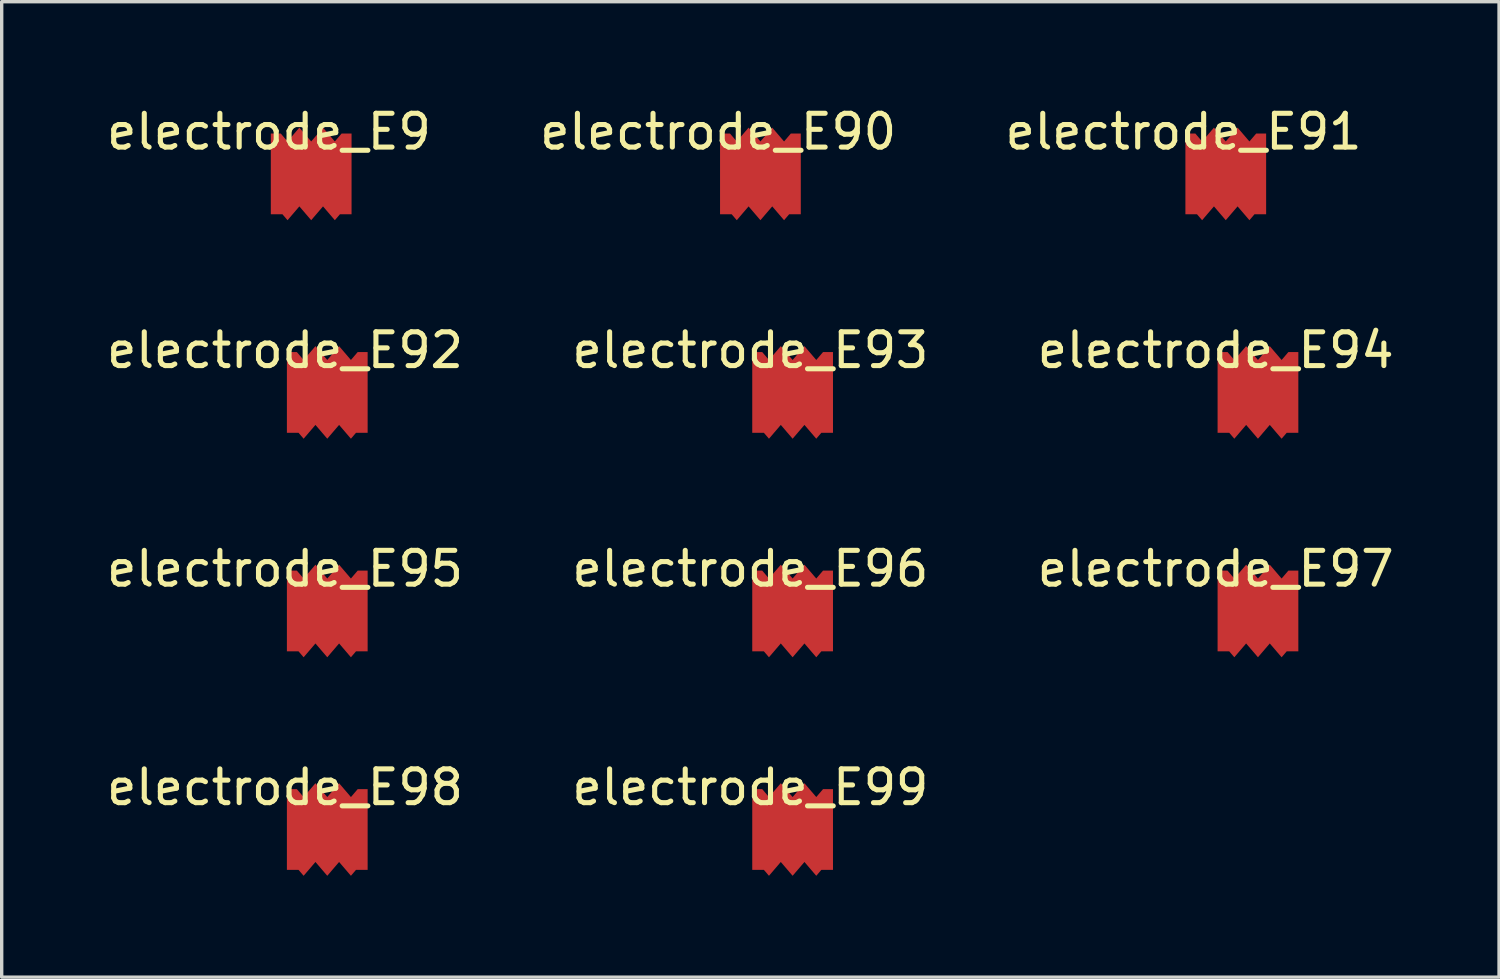
<source format=kicad_pcb>
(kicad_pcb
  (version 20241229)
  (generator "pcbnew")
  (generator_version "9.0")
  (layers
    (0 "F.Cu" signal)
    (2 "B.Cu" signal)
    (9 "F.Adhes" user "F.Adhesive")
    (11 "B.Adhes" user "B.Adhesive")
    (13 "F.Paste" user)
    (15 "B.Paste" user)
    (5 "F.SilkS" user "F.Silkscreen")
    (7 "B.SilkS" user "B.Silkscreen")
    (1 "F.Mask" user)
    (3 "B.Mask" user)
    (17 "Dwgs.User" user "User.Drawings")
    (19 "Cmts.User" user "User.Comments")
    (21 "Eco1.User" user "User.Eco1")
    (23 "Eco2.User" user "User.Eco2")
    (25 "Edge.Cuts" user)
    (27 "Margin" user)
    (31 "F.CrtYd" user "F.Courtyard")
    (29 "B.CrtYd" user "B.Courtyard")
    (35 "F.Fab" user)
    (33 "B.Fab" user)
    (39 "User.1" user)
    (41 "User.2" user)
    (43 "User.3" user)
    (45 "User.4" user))
  (footprint "electrode_E90"
    (layer "F.Cu")
    (at 18.208 0.848)
    (property "Reference" "electrode_E90" (at 0 0 0) (layer "F.SilkS") (effects (font (size 1 1) (thickness 0.15))))
    (attr through_hole)
    (pad "1" smd custom (at 1.25 1.25) (size 0.5 0.5) (layers "F.Cu" "F.Mask" "F.Paste") (options (anchor circle)) (primitives (gr_poly (pts (xy 0.7 -0.961) (xy 0.9 -1.195) (xy 1.195 -1.195) (xy 1.195 1.195) (xy 0.85 1.195) (xy 0.7 1.37) (xy 0.35 0.961) (xy 0 1.37) (xy -0.35 0.961) (xy -0.7 1.37) (xy -0.85 1.195) (xy -1.195 1.195) (xy -1.195 -1.195) (xy -0.9 -1.195) (xy -0.7 -0.961) (xy -0.35 -1.37) (xy 0 -0.961) (xy 0.35 -1.37)) (width 0.0001) (fill yes)))))
  (footprint "electrode_E91"
    (layer "F.Cu")
    (at 31.982 0.848)
    (property "Reference" "electrode_E91" (at 0 0 0) (layer "F.SilkS") (effects (font (size 1 1) (thickness 0.15))))
    (attr through_hole)
    (pad "1" smd custom (at 1.25 1.25) (size 0.5 0.5) (layers "F.Cu" "F.Mask" "F.Paste") (options (anchor circle)) (primitives (gr_poly (pts (xy 0.7 -0.961) (xy 0.9 -1.195) (xy 1.195 -1.195) (xy 1.195 1.195) (xy 0.85 1.195) (xy 0.7 1.37) (xy 0.35 0.961) (xy 0 1.37) (xy -0.35 0.961) (xy -0.7 1.37) (xy -0.85 1.195) (xy -1.195 1.195) (xy -1.195 -1.195) (xy -0.9 -1.195) (xy -0.7 -0.961) (xy -0.35 -1.37) (xy 0 -0.961) (xy 0.35 -1.37)) (width 0.0001) (fill yes)))))
  (footprint "electrode_E99"
    (layer "F.Cu")
    (at 19.161 20.253)
    (property "Reference" "electrode_E99" (at 0 0 0) (layer "F.SilkS") (effects (font (size 1 1) (thickness 0.15))))
    (attr through_hole)
    (pad "1" smd custom (at 1.25 1.25) (size 0.5 0.5) (layers "F.Cu" "F.Mask" "F.Paste") (options (anchor circle)) (primitives (gr_poly (pts (xy 0.7 -0.961) (xy 0.9 -1.195) (xy 1.195 -1.195) (xy 1.195 1.195) (xy 0.85 1.195) (xy 0.7 1.37) (xy 0.35 0.961) (xy 0 1.37) (xy -0.35 0.961) (xy -0.7 1.37) (xy -0.85 1.195) (xy -1.195 1.195) (xy -1.195 -1.195) (xy -0.9 -1.195) (xy -0.7 -0.961) (xy -0.35 -1.37) (xy 0 -0.961) (xy 0.35 -1.37)) (width 0.0001) (fill yes)))))
  (footprint "electrode_E92"
    (layer "F.Cu")
    (at 5.387 7.316)
    (property "Reference" "electrode_E92" (at 0 0 0) (layer "F.SilkS") (effects (font (size 1 1) (thickness 0.15))))
    (attr through_hole)
    (pad "1" smd custom (at 1.25 1.25) (size 0.5 0.5) (layers "F.Cu" "F.Mask" "F.Paste") (options (anchor circle)) (primitives (gr_poly (pts (xy 0.7 -0.961) (xy 0.9 -1.195) (xy 1.195 -1.195) (xy 1.195 1.195) (xy 0.85 1.195) (xy 0.7 1.37) (xy 0.35 0.961) (xy 0 1.37) (xy -0.35 0.961) (xy -0.7 1.37) (xy -0.85 1.195) (xy -1.195 1.195) (xy -1.195 -1.195) (xy -0.9 -1.195) (xy -0.7 -0.961) (xy -0.35 -1.37) (xy 0 -0.961) (xy 0.35 -1.37)) (width 0.0001) (fill yes)))))
  (footprint "electrode_E98"
    (layer "F.Cu")
    (at 5.387 20.253)
    (property "Reference" "electrode_E98" (at 0 0 0) (layer "F.SilkS") (effects (font (size 1 1) (thickness 0.15))))
    (attr through_hole)
    (pad "1" smd custom (at 1.25 1.25) (size 0.5 0.5) (layers "F.Cu" "F.Mask" "F.Paste") (options (anchor circle)) (primitives (gr_poly (pts (xy 0.7 -0.961) (xy 0.9 -1.195) (xy 1.195 -1.195) (xy 1.195 1.195) (xy 0.85 1.195) (xy 0.7 1.37) (xy 0.35 0.961) (xy 0 1.37) (xy -0.35 0.961) (xy -0.7 1.37) (xy -0.85 1.195) (xy -1.195 1.195) (xy -1.195 -1.195) (xy -0.9 -1.195) (xy -0.7 -0.961) (xy -0.35 -1.37) (xy 0 -0.961) (xy 0.35 -1.37)) (width 0.0001) (fill yes)))))
  (footprint "electrode_E93"
    (layer "F.Cu")
    (at 19.161 7.316)
    (property "Reference" "electrode_E93" (at 0 0 0) (layer "F.SilkS") (effects (font (size 1 1) (thickness 0.15))))
    (attr through_hole)
    (pad "1" smd custom (at 1.25 1.25) (size 0.5 0.5) (layers "F.Cu" "F.Mask" "F.Paste") (options (anchor circle)) (primitives (gr_poly (pts (xy 0.7 -0.961) (xy 0.9 -1.195) (xy 1.195 -1.195) (xy 1.195 1.195) (xy 0.85 1.195) (xy 0.7 1.37) (xy 0.35 0.961) (xy 0 1.37) (xy -0.35 0.961) (xy -0.7 1.37) (xy -0.85 1.195) (xy -1.195 1.195) (xy -1.195 -1.195) (xy -0.9 -1.195) (xy -0.7 -0.961) (xy -0.35 -1.37) (xy 0 -0.961) (xy 0.35 -1.37)) (width 0.0001) (fill yes)))))
  (footprint "electrode_E96"
    (layer "F.Cu")
    (at 19.161 13.785)
    (property "Reference" "electrode_E96" (at 0 0 0) (layer "F.SilkS") (effects (font (size 1 1) (thickness 0.15))))
    (attr through_hole)
    (pad "1" smd custom (at 1.25 1.25) (size 0.5 0.5) (layers "F.Cu" "F.Mask" "F.Paste") (options (anchor circle)) (primitives (gr_poly (pts (xy 0.7 -0.961) (xy 0.9 -1.195) (xy 1.195 -1.195) (xy 1.195 1.195) (xy 0.85 1.195) (xy 0.7 1.37) (xy 0.35 0.961) (xy 0 1.37) (xy -0.35 0.961) (xy -0.7 1.37) (xy -0.85 1.195) (xy -1.195 1.195) (xy -1.195 -1.195) (xy -0.9 -1.195) (xy -0.7 -0.961) (xy -0.35 -1.37) (xy 0 -0.961) (xy 0.35 -1.37)) (width 0.0001) (fill yes)))))
  (footprint "electrode_E9"
    (layer "F.Cu")
    (at 4.911 0.848)
    (property "Reference" "electrode_E9" (at 0 0 0) (layer "F.SilkS") (effects (font (size 1 1) (thickness 0.15))))
    (attr through_hole)
    (pad "1" smd custom (at 1.25 1.25) (size 0.5 0.5) (layers "F.Cu" "F.Mask" "F.Paste") (options (anchor circle)) (primitives (gr_poly (pts (xy 0.7 -0.961) (xy 0.9 -1.195) (xy 1.195 -1.195) (xy 1.195 1.195) (xy 0.85 1.195) (xy 0.7 1.37) (xy 0.35 0.961) (xy 0 1.37) (xy -0.35 0.961) (xy -0.7 1.37) (xy -0.85 1.195) (xy -1.195 1.195) (xy -1.195 -1.195) (xy -0.9 -1.195) (xy -0.7 -0.961) (xy -0.35 -1.37) (xy 0 -0.961) (xy 0.35 -1.37)) (width 0.0001) (fill yes)))))
  (footprint "electrode_E97"
    (layer "F.Cu")
    (at 32.935 13.785)
    (property "Reference" "electrode_E97" (at 0 0 0) (layer "F.SilkS") (effects (font (size 1 1) (thickness 0.15))))
    (attr through_hole)
    (pad "1" smd custom (at 1.25 1.25) (size 0.5 0.5) (layers "F.Cu" "F.Mask" "F.Paste") (options (anchor circle)) (primitives (gr_poly (pts (xy 0.7 -0.961) (xy 0.9 -1.195) (xy 1.195 -1.195) (xy 1.195 1.195) (xy 0.85 1.195) (xy 0.7 1.37) (xy 0.35 0.961) (xy 0 1.37) (xy -0.35 0.961) (xy -0.7 1.37) (xy -0.85 1.195) (xy -1.195 1.195) (xy -1.195 -1.195) (xy -0.9 -1.195) (xy -0.7 -0.961) (xy -0.35 -1.37) (xy 0 -0.961) (xy 0.35 -1.37)) (width 0.0001) (fill yes)))))
  (footprint "electrode_E94"
    (layer "F.Cu")
    (at 32.935 7.316)
    (property "Reference" "electrode_E94" (at 0 0 0) (layer "F.SilkS") (effects (font (size 1 1) (thickness 0.15))))
    (attr through_hole)
    (pad "1" smd custom (at 1.25 1.25) (size 0.5 0.5) (layers "F.Cu" "F.Mask" "F.Paste") (options (anchor circle)) (primitives (gr_poly (pts (xy 0.7 -0.961) (xy 0.9 -1.195) (xy 1.195 -1.195) (xy 1.195 1.195) (xy 0.85 1.195) (xy 0.7 1.37) (xy 0.35 0.961) (xy 0 1.37) (xy -0.35 0.961) (xy -0.7 1.37) (xy -0.85 1.195) (xy -1.195 1.195) (xy -1.195 -1.195) (xy -0.9 -1.195) (xy -0.7 -0.961) (xy -0.35 -1.37) (xy 0 -0.961) (xy 0.35 -1.37)) (width 0.0001) (fill yes)))))
  (footprint "electrode_E95"
    (layer "F.Cu")
    (at 5.387 13.785)
    (property "Reference" "electrode_E95" (at 0 0 0) (layer "F.SilkS") (effects (font (size 1 1) (thickness 0.15))))
    (attr through_hole)
    (pad "1" smd custom (at 1.25 1.25) (size 0.5 0.5) (layers "F.Cu" "F.Mask" "F.Paste") (options (anchor circle)) (primitives (gr_poly (pts (xy 0.7 -0.961) (xy 0.9 -1.195) (xy 1.195 -1.195) (xy 1.195 1.195) (xy 0.85 1.195) (xy 0.7 1.37) (xy 0.35 0.961) (xy 0 1.37) (xy -0.35 0.961) (xy -0.7 1.37) (xy -0.85 1.195) (xy -1.195 1.195) (xy -1.195 -1.195) (xy -0.9 -1.195) (xy -0.7 -0.961) (xy -0.35 -1.37) (xy 0 -0.961) (xy 0.35 -1.37)) (width 0.0001) (fill yes)))))
  (gr_rect
    (start -3 -3)
    (end 41.321 25.873)
    (stroke (width 0.1) (type default))
    (fill no)
    (layer "Edge.Cuts")))
</source>
